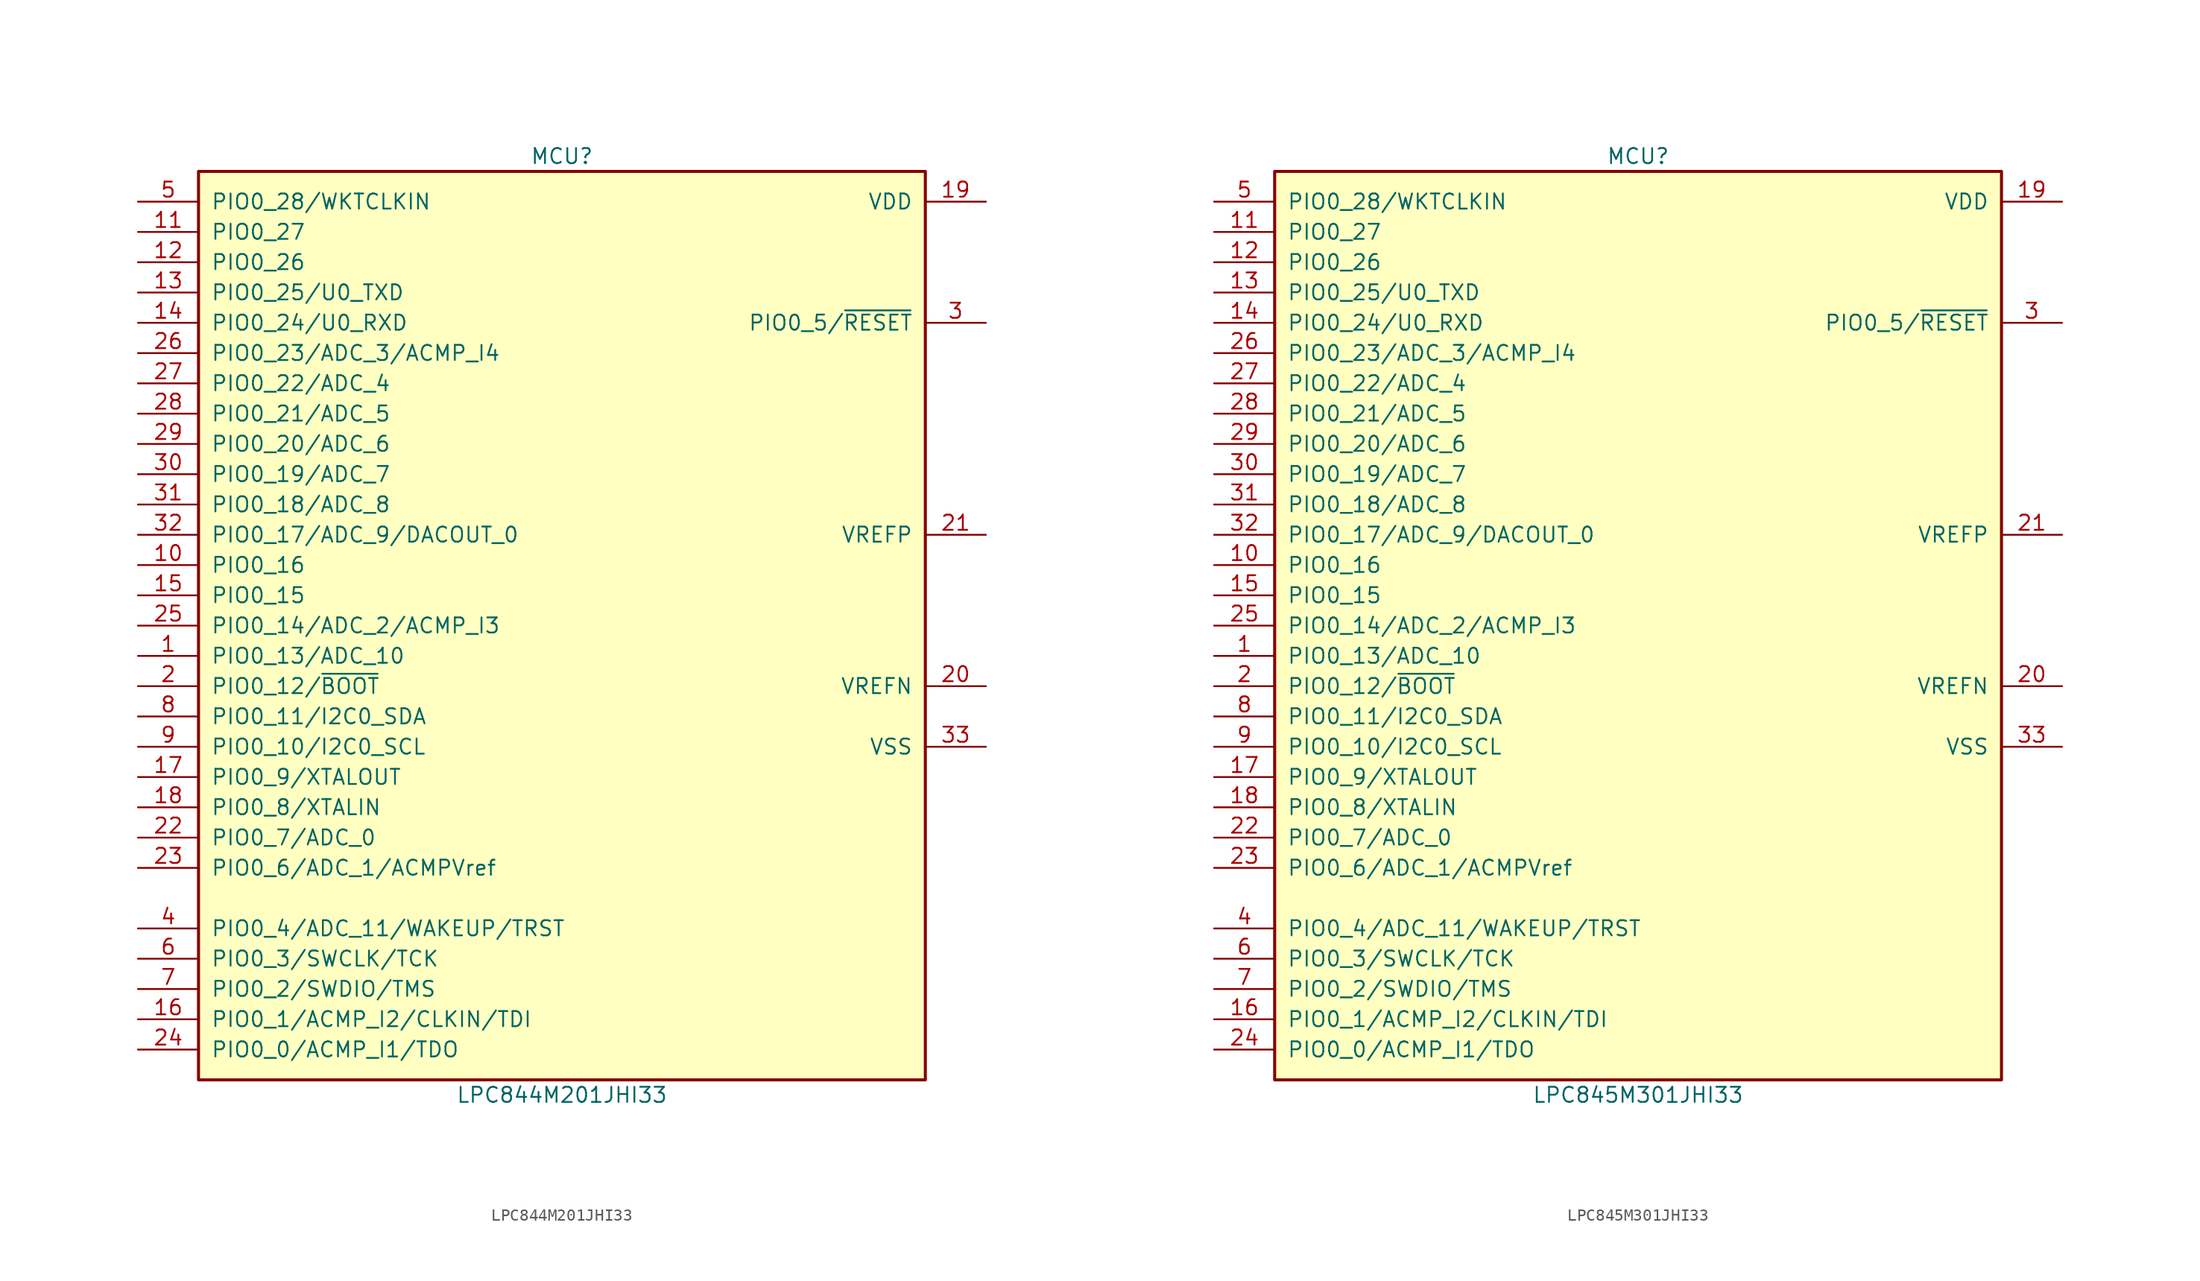
<source format=kicad_sym>
(kicad_symbol_lib
  (version 20231120)
  (generator "kicad_symbol_editor")
  (generator_version "8.0")
  (symbol "LPC844M201JHI33"
    (pin_names
      (offset 1.016))
    (property "Reference" "MCU"
      (at 0 39.37 0)
      (effects (font (size 1.27 1.27))))
    (property "Value" "LPC844M201JHI33"
      (at 0 -39.37 0)
      (effects (font (size 1.27 1.27))))
    (symbol "LPC844M201JHI33_0_1"
      (rectangle (start -30.48 38.1) (end 30.48 -38.1) (stroke (width 0.254) (type default)) (fill (type background))))
    (symbol "LPC844M201JHI33_1_1"
      (pin bidirectional line (at -35.56 -2.54 0) (length 5.08) (name "PIO0_13/ADC_10" (effects (font (size 1.27 1.27)))) (number "1" (effects (font (size 1.27 1.27)))))
      (pin bidirectional line (at -35.56 5.08 0) (length 5.08) (name "PIO0_16" (effects (font (size 1.27 1.27)))) (number "10" (effects (font (size 1.27 1.27)))))
      (pin bidirectional line (at -35.56 33.02 0) (length 5.08) (name "PIO0_27" (effects (font (size 1.27 1.27)))) (number "11" (effects (font (size 1.27 1.27)))))
      (pin bidirectional line (at -35.56 30.48 0) (length 5.08) (name "PIO0_26" (effects (font (size 1.27 1.27)))) (number "12" (effects (font (size 1.27 1.27)))))
      (pin bidirectional line (at -35.56 27.94 0) (length 5.08) (name "PIO0_25/U0_TXD" (effects (font (size 1.27 1.27)))) (number "13" (effects (font (size 1.27 1.27)))))
      (pin bidirectional line (at -35.56 25.4 0) (length 5.08) (name "PIO0_24/U0_RXD" (effects (font (size 1.27 1.27)))) (number "14" (effects (font (size 1.27 1.27)))))
      (pin bidirectional line (at -35.56 2.54 0) (length 5.08) (name "PIO0_15" (effects (font (size 1.27 1.27)))) (number "15" (effects (font (size 1.27 1.27)))))
      (pin bidirectional line (at -35.56 -33.02 0) (length 5.08) (name "PIO0_1/ACMP_I2/CLKIN/TDI" (effects (font (size 1.27 1.27)))) (number "16" (effects (font (size 1.27 1.27)))))
      (pin bidirectional line (at -35.56 -12.7 0) (length 5.08) (name "PIO0_9/XTALOUT" (effects (font (size 1.27 1.27)))) (number "17" (effects (font (size 1.27 1.27)))))
      (pin bidirectional line (at -35.56 -15.24 0) (length 5.08) (name "PIO0_8/XTALIN" (effects (font (size 1.27 1.27)))) (number "18" (effects (font (size 1.27 1.27)))))
      (pin power_in line (at 35.56 35.56 180) (length 5.08) (name "VDD" (effects (font (size 1.27 1.27)))) (number "19" (effects (font (size 1.27 1.27)))))
      (pin bidirectional line (at -35.56 -5.08 0) (length 5.08) (name "PIO0_12/~{BOOT}" (effects (font (size 1.27 1.27)))) (number "2" (effects (font (size 1.27 1.27)))))
      (pin power_in line (at 35.56 -5.08 180) (length 5.08) (name "VREFN" (effects (font (size 1.27 1.27)))) (number "20" (effects (font (size 1.27 1.27)))))
      (pin power_in line (at 35.56 7.62 180) (length 5.08) (name "VREFP" (effects (font (size 1.27 1.27)))) (number "21" (effects (font (size 1.27 1.27)))))
      (pin bidirectional line (at -35.56 -17.78 0) (length 5.08) (name "PIO0_7/ADC_0" (effects (font (size 1.27 1.27)))) (number "22" (effects (font (size 1.27 1.27)))))
      (pin bidirectional line (at -35.56 -20.32 0) (length 5.08) (name "PIO0_6/ADC_1/ACMPVref" (effects (font (size 1.27 1.27)))) (number "23" (effects (font (size 1.27 1.27)))))
      (pin bidirectional line (at -35.56 -35.56 0) (length 5.08) (name "PIO0_0/ACMP_I1/TDO" (effects (font (size 1.27 1.27)))) (number "24" (effects (font (size 1.27 1.27)))))
      (pin bidirectional line (at -35.56 0 0) (length 5.08) (name "PIO0_14/ADC_2/ACMP_I3" (effects (font (size 1.27 1.27)))) (number "25" (effects (font (size 1.27 1.27)))))
      (pin bidirectional line (at -35.56 22.86 0) (length 5.08) (name "PIO0_23/ADC_3/ACMP_I4" (effects (font (size 1.27 1.27)))) (number "26" (effects (font (size 1.27 1.27)))))
      (pin bidirectional line (at -35.56 20.32 0) (length 5.08) (name "PIO0_22/ADC_4" (effects (font (size 1.27 1.27)))) (number "27" (effects (font (size 1.27 1.27)))))
      (pin bidirectional line (at -35.56 17.78 0) (length 5.08) (name "PIO0_21/ADC_5" (effects (font (size 1.27 1.27)))) (number "28" (effects (font (size 1.27 1.27)))))
      (pin bidirectional line (at -35.56 15.24 0) (length 5.08) (name "PIO0_20/ADC_6" (effects (font (size 1.27 1.27)))) (number "29" (effects (font (size 1.27 1.27)))))
      (pin bidirectional line (at 35.56 25.4 180) (length 5.08) (name "PIO0_5/~{RESET}" (effects (font (size 1.27 1.27)))) (number "3" (effects (font (size 1.27 1.27)))))
      (pin bidirectional line (at -35.56 12.7 0) (length 5.08) (name "PIO0_19/ADC_7" (effects (font (size 1.27 1.27)))) (number "30" (effects (font (size 1.27 1.27)))))
      (pin bidirectional line (at -35.56 10.16 0) (length 5.08) (name "PIO0_18/ADC_8" (effects (font (size 1.27 1.27)))) (number "31" (effects (font (size 1.27 1.27)))))
      (pin bidirectional line (at -35.56 7.62 0) (length 5.08) (name "PIO0_17/ADC_9/DACOUT_0" (effects (font (size 1.27 1.27)))) (number "32" (effects (font (size 1.27 1.27)))))
      (pin power_in line (at 35.56 -10.16 180) (length 5.08) (name "VSS" (effects (font (size 1.27 1.27)))) (number "33" (effects (font (size 1.27 1.27)))))
      (pin bidirectional line (at -35.56 -25.4 0) (length 5.08) (name "PIO0_4/ADC_11/WAKEUP/TRST" (effects (font (size 1.27 1.27)))) (number "4" (effects (font (size 1.27 1.27)))))
      (pin bidirectional line (at -35.56 35.56 0) (length 5.08) (name "PIO0_28/WKTCLKIN" (effects (font (size 1.27 1.27)))) (number "5" (effects (font (size 1.27 1.27)))))
      (pin bidirectional line (at -35.56 -27.94 0) (length 5.08) (name "PIO0_3/SWCLK/TCK" (effects (font (size 1.27 1.27)))) (number "6" (effects (font (size 1.27 1.27)))))
      (pin bidirectional line (at -35.56 -30.48 0) (length 5.08) (name "PIO0_2/SWDIO/TMS" (effects (font (size 1.27 1.27)))) (number "7" (effects (font (size 1.27 1.27)))))
      (pin bidirectional line (at -35.56 -7.62 0) (length 5.08) (name "PIO0_11/I2C0_SDA" (effects (font (size 1.27 1.27)))) (number "8" (effects (font (size 1.27 1.27)))))
      (pin bidirectional line (at -35.56 -10.16 0) (length 5.08) (name "PIO0_10/I2C0_SCL" (effects (font (size 1.27 1.27)))) (number "9" (effects (font (size 1.27 1.27)))))))
  (symbol "LPC845M301JHI33"
    (pin_names
      (offset 1.016))
    (property "Reference" "MCU"
      (at 0 39.37 0)
      (effects (font (size 1.27 1.27))))
    (property "Value" "LPC845M301JHI33"
      (at 0 -39.37 0)
      (effects (font (size 1.27 1.27))))
    (symbol "LPC845M301JHI33_0_1"
      (rectangle (start -30.48 38.1) (end 30.48 -38.1) (stroke (width 0.254) (type default)) (fill (type background))))
    (symbol "LPC845M301JHI33_1_1"
      (pin bidirectional line (at -35.56 -2.54 0) (length 5.08) (name "PIO0_13/ADC_10" (effects (font (size 1.27 1.27)))) (number "1" (effects (font (size 1.27 1.27)))))
      (pin bidirectional line (at -35.56 5.08 0) (length 5.08) (name "PIO0_16" (effects (font (size 1.27 1.27)))) (number "10" (effects (font (size 1.27 1.27)))))
      (pin bidirectional line (at -35.56 33.02 0) (length 5.08) (name "PIO0_27" (effects (font (size 1.27 1.27)))) (number "11" (effects (font (size 1.27 1.27)))))
      (pin bidirectional line (at -35.56 30.48 0) (length 5.08) (name "PIO0_26" (effects (font (size 1.27 1.27)))) (number "12" (effects (font (size 1.27 1.27)))))
      (pin bidirectional line (at -35.56 27.94 0) (length 5.08) (name "PIO0_25/U0_TXD" (effects (font (size 1.27 1.27)))) (number "13" (effects (font (size 1.27 1.27)))))
      (pin bidirectional line (at -35.56 25.4 0) (length 5.08) (name "PIO0_24/U0_RXD" (effects (font (size 1.27 1.27)))) (number "14" (effects (font (size 1.27 1.27)))))
      (pin bidirectional line (at -35.56 2.54 0) (length 5.08) (name "PIO0_15" (effects (font (size 1.27 1.27)))) (number "15" (effects (font (size 1.27 1.27)))))
      (pin bidirectional line (at -35.56 -33.02 0) (length 5.08) (name "PIO0_1/ACMP_I2/CLKIN/TDI" (effects (font (size 1.27 1.27)))) (number "16" (effects (font (size 1.27 1.27)))))
      (pin bidirectional line (at -35.56 -12.7 0) (length 5.08) (name "PIO0_9/XTALOUT" (effects (font (size 1.27 1.27)))) (number "17" (effects (font (size 1.27 1.27)))))
      (pin bidirectional line (at -35.56 -15.24 0) (length 5.08) (name "PIO0_8/XTALIN" (effects (font (size 1.27 1.27)))) (number "18" (effects (font (size 1.27 1.27)))))
      (pin power_in line (at 35.56 35.56 180) (length 5.08) (name "VDD" (effects (font (size 1.27 1.27)))) (number "19" (effects (font (size 1.27 1.27)))))
      (pin bidirectional line (at -35.56 -5.08 0) (length 5.08) (name "PIO0_12/~{BOOT}" (effects (font (size 1.27 1.27)))) (number "2" (effects (font (size 1.27 1.27)))))
      (pin power_in line (at 35.56 -5.08 180) (length 5.08) (name "VREFN" (effects (font (size 1.27 1.27)))) (number "20" (effects (font (size 1.27 1.27)))))
      (pin power_in line (at 35.56 7.62 180) (length 5.08) (name "VREFP" (effects (font (size 1.27 1.27)))) (number "21" (effects (font (size 1.27 1.27)))))
      (pin bidirectional line (at -35.56 -17.78 0) (length 5.08) (name "PIO0_7/ADC_0" (effects (font (size 1.27 1.27)))) (number "22" (effects (font (size 1.27 1.27)))))
      (pin bidirectional line (at -35.56 -20.32 0) (length 5.08) (name "PIO0_6/ADC_1/ACMPVref" (effects (font (size 1.27 1.27)))) (number "23" (effects (font (size 1.27 1.27)))))
      (pin bidirectional line (at -35.56 -35.56 0) (length 5.08) (name "PIO0_0/ACMP_I1/TDO" (effects (font (size 1.27 1.27)))) (number "24" (effects (font (size 1.27 1.27)))))
      (pin bidirectional line (at -35.56 0 0) (length 5.08) (name "PIO0_14/ADC_2/ACMP_I3" (effects (font (size 1.27 1.27)))) (number "25" (effects (font (size 1.27 1.27)))))
      (pin bidirectional line (at -35.56 22.86 0) (length 5.08) (name "PIO0_23/ADC_3/ACMP_I4" (effects (font (size 1.27 1.27)))) (number "26" (effects (font (size 1.27 1.27)))))
      (pin bidirectional line (at -35.56 20.32 0) (length 5.08) (name "PIO0_22/ADC_4" (effects (font (size 1.27 1.27)))) (number "27" (effects (font (size 1.27 1.27)))))
      (pin bidirectional line (at -35.56 17.78 0) (length 5.08) (name "PIO0_21/ADC_5" (effects (font (size 1.27 1.27)))) (number "28" (effects (font (size 1.27 1.27)))))
      (pin bidirectional line (at -35.56 15.24 0) (length 5.08) (name "PIO0_20/ADC_6" (effects (font (size 1.27 1.27)))) (number "29" (effects (font (size 1.27 1.27)))))
      (pin bidirectional line (at 35.56 25.4 180) (length 5.08) (name "PIO0_5/~{RESET}" (effects (font (size 1.27 1.27)))) (number "3" (effects (font (size 1.27 1.27)))))
      (pin bidirectional line (at -35.56 12.7 0) (length 5.08) (name "PIO0_19/ADC_7" (effects (font (size 1.27 1.27)))) (number "30" (effects (font (size 1.27 1.27)))))
      (pin bidirectional line (at -35.56 10.16 0) (length 5.08) (name "PIO0_18/ADC_8" (effects (font (size 1.27 1.27)))) (number "31" (effects (font (size 1.27 1.27)))))
      (pin bidirectional line (at -35.56 7.62 0) (length 5.08) (name "PIO0_17/ADC_9/DACOUT_0" (effects (font (size 1.27 1.27)))) (number "32" (effects (font (size 1.27 1.27)))))
      (pin power_in line (at 35.56 -10.16 180) (length 5.08) (name "VSS" (effects (font (size 1.27 1.27)))) (number "33" (effects (font (size 1.27 1.27)))))
      (pin bidirectional line (at -35.56 -25.4 0) (length 5.08) (name "PIO0_4/ADC_11/WAKEUP/TRST" (effects (font (size 1.27 1.27)))) (number "4" (effects (font (size 1.27 1.27)))))
      (pin bidirectional line (at -35.56 35.56 0) (length 5.08) (name "PIO0_28/WKTCLKIN" (effects (font (size 1.27 1.27)))) (number "5" (effects (font (size 1.27 1.27)))))
      (pin bidirectional line (at -35.56 -27.94 0) (length 5.08) (name "PIO0_3/SWCLK/TCK" (effects (font (size 1.27 1.27)))) (number "6" (effects (font (size 1.27 1.27)))))
      (pin bidirectional line (at -35.56 -30.48 0) (length 5.08) (name "PIO0_2/SWDIO/TMS" (effects (font (size 1.27 1.27)))) (number "7" (effects (font (size 1.27 1.27)))))
      (pin bidirectional line (at -35.56 -7.62 0) (length 5.08) (name "PIO0_11/I2C0_SDA" (effects (font (size 1.27 1.27)))) (number "8" (effects (font (size 1.27 1.27)))))
      (pin bidirectional line (at -35.56 -10.16 0) (length 5.08) (name "PIO0_10/I2C0_SCL" (effects (font (size 1.27 1.27)))) (number "9" (effects (font (size 1.27 1.27))))))))
</source>
